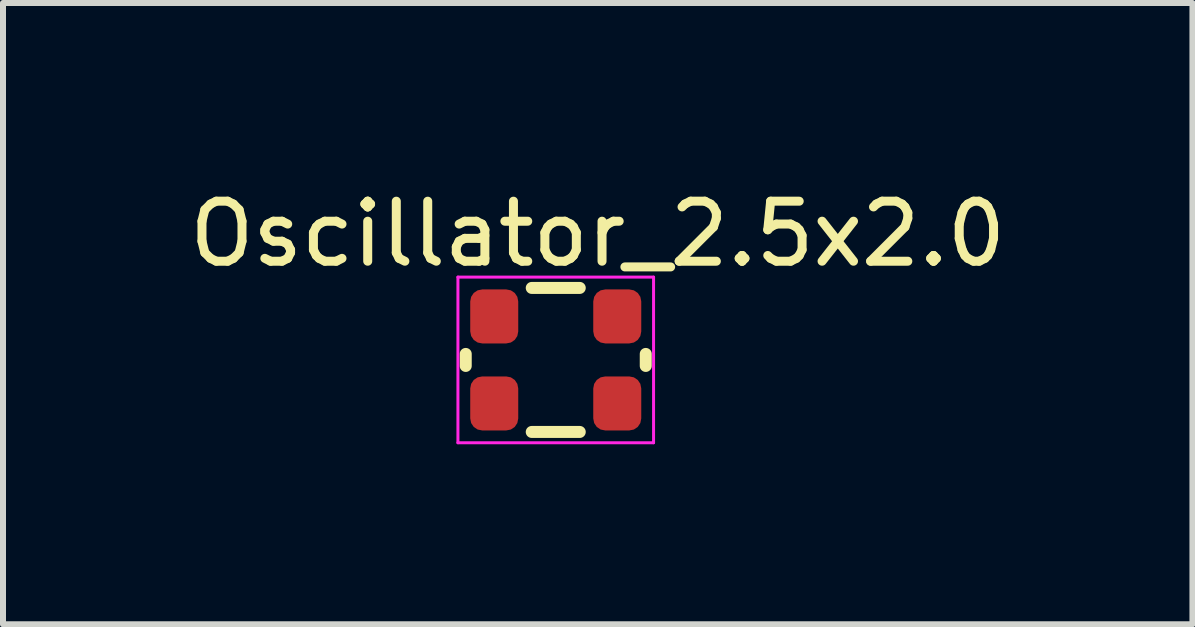
<source format=kicad_pcb>
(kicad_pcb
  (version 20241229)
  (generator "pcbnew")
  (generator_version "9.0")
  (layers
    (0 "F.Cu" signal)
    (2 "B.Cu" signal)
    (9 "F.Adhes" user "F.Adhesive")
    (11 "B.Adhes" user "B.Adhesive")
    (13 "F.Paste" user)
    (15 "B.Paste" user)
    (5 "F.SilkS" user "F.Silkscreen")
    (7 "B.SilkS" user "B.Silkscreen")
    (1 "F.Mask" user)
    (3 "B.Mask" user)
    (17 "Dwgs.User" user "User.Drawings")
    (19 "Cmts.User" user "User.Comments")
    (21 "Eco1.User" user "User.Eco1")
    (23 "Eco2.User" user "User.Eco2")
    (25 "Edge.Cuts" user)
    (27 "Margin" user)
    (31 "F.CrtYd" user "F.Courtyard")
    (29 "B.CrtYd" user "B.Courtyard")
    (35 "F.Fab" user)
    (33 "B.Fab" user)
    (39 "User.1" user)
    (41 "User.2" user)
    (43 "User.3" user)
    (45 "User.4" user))
  (footprint "Oscillator_2.5x2.0"
    (layer "F.Cu")
    (at 6.211 2.948)
    (property "Reference" "Oscillator_2.5x2.0" (at 0.7 -2.1 0) (layer "F.SilkS") (effects (font (size 1 1) (thickness 0.15))))
    (attr through_hole)
    (fp_line (start -1.5 -0.1) (end -1.5 0.1) (stroke (width 0.2) (type solid)) (layer "F.SilkS"))
    (fp_line (start -0.4 -1.2) (end 0.4 -1.2) (stroke (width 0.2) (type solid)) (layer "F.SilkS"))
    (fp_line (start -0.4 1.2) (end 0.4 1.2) (stroke (width 0.2) (type solid)) (layer "F.SilkS"))
    (fp_line (start 1.5 -0.1) (end 1.5 0.1) (stroke (width 0.2) (type solid)) (layer "F.SilkS"))
    (fp_line (start -1.63 -1.38) (end -1.63 1.38) (stroke (width 0.05) (type solid)) (layer "F.CrtYd"))
    (fp_line (start -1.63 -1.38) (end 1.63 -1.38) (stroke (width 0.05) (type solid)) (layer "F.CrtYd"))
    (fp_line (start -1.63 1.38) (end 1.63 1.38) (stroke (width 0.05) (type solid)) (layer "F.CrtYd"))
    (fp_line (start 1.63 -1.38) (end 1.63 1.38) (stroke (width 0.05) (type solid)) (layer "F.CrtYd"))
    (pad "1" smd roundrect (at -1.025 0.725) (size 0.8 0.9) (layers "F.Cu" "F.Mask" "F.Paste") (roundrect_rratio 0.25))
    (pad "2" smd roundrect (at 1.025 0.725) (size 0.8 0.9) (layers "F.Cu" "F.Mask" "F.Paste") (roundrect_rratio 0.25))
    (pad "3" smd roundrect (at 1.025 -0.725) (size 0.8 0.9) (layers "F.Cu" "F.Mask" "F.Paste") (roundrect_rratio 0.25))
    (pad "4" smd roundrect (at -1.025 -0.725) (size 0.8 0.9) (layers "F.Cu" "F.Mask" "F.Paste") (roundrect_rratio 0.25)))
  (gr_rect
    (start -3 -3)
    (end 16.821 7.353)
    (stroke (width 0.1) (type default))
    (fill no)
    (layer "Edge.Cuts")))
</source>
